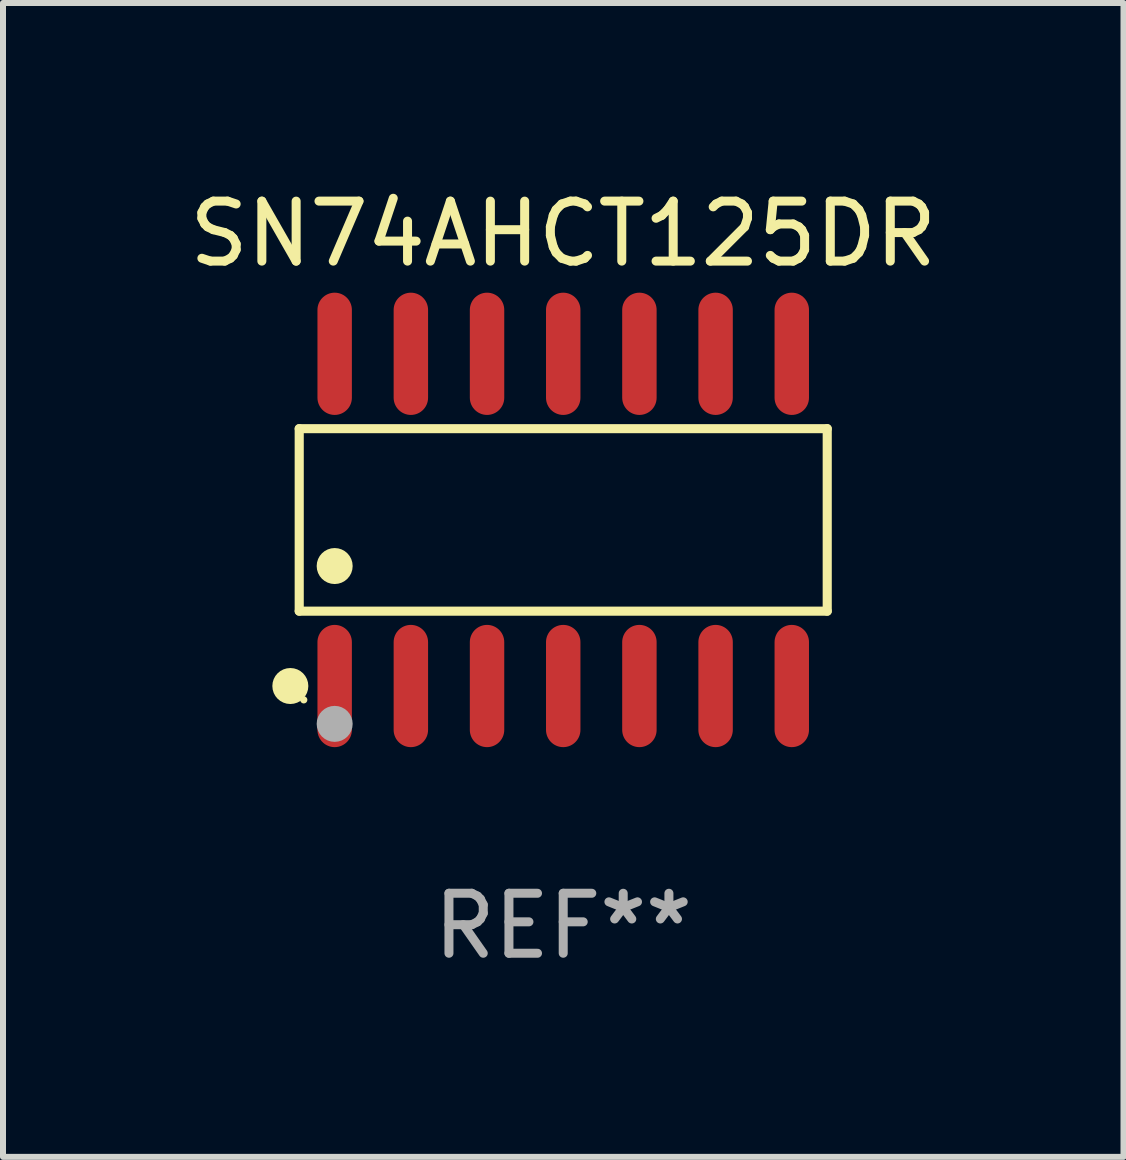
<source format=kicad_pcb>
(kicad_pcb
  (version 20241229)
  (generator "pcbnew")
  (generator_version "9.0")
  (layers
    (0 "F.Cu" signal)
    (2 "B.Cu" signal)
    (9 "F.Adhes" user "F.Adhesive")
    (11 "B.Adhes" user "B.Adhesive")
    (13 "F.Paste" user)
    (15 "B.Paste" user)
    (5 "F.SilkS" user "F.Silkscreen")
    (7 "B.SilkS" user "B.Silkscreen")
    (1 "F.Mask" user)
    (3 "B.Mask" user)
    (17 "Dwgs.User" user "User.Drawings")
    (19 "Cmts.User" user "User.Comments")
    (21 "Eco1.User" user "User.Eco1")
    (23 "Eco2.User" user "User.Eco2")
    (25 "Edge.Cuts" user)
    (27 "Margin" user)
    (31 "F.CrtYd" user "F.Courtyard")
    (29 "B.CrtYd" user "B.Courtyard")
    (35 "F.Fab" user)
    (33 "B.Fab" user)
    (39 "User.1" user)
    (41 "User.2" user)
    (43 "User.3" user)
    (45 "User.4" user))
  (footprint "SN74AHCT125DR"
    (layer "F.Cu")
    (at 6.339 5.617)
    (property "Reference" "SN74AHCT125DR" (at 0 -4.769 0) (layer "F.SilkS") (effects (font (size 1 1) (thickness 0.15))))
    (attr through_hole)
    (fp_line (start -4.401 -1.521) (end 4.401 -1.521) (stroke (width 0.152) (type solid)) (layer "F.SilkS"))
    (fp_line (start -4.401 1.521) (end -4.401 -1.521) (stroke (width 0.152) (type solid)) (layer "F.SilkS"))
    (fp_line (start 4.401 -1.521) (end 4.401 1.521) (stroke (width 0.152) (type solid)) (layer "F.SilkS"))
    (fp_line (start 4.401 1.521) (end -4.401 1.521) (stroke (width 0.152) (type solid)) (layer "F.SilkS"))
    (fp_circle (center -4.549 2.769) (end -4.399 2.769) (stroke (width 0.3) (type solid)) (fill no) (layer "F.SilkS"))
    (fp_circle (center -4.325 3) (end -4.295 3) (stroke (width 0.06) (type solid)) (fill no) (layer "F.SilkS"))
    (fp_circle (center -3.81 0.769) (end -3.66 0.769) (stroke (width 0.3) (type solid)) (fill no) (layer "F.SilkS"))
    (fp_circle (center -3.81 3.4) (end -3.66 3.4) (stroke (width 0.3) (type solid)) (fill no) (layer "F.Fab"))
    (fp_text user "REF**" (at 0 6.769 0) (layer "F.Fab") (effects (font (size 1 1) (thickness 0.15))))
    (pad "1" smd oval (at -3.81 2.769) (size 0.574 2.038) (layers "F.Cu" "F.Mask" "F.Paste"))
    (pad "2" smd oval (at -2.54 2.769) (size 0.574 2.038) (layers "F.Cu" "F.Mask" "F.Paste"))
    (pad "3" smd oval (at -1.27 2.769) (size 0.574 2.038) (layers "F.Cu" "F.Mask" "F.Paste"))
    (pad "4" smd oval (at 0 2.769) (size 0.574 2.038) (layers "F.Cu" "F.Mask" "F.Paste"))
    (pad "5" smd oval (at 1.27 2.769) (size 0.574 2.038) (layers "F.Cu" "F.Mask" "F.Paste"))
    (pad "6" smd oval (at 2.54 2.769) (size 0.574 2.038) (layers "F.Cu" "F.Mask" "F.Paste"))
    (pad "7" smd oval (at 3.81 2.769) (size 0.574 2.038) (layers "F.Cu" "F.Mask" "F.Paste"))
    (pad "8" smd oval (at 3.81 -2.769) (size 0.574 2.038) (layers "F.Cu" "F.Mask" "F.Paste"))
    (pad "9" smd oval (at 2.54 -2.769) (size 0.574 2.038) (layers "F.Cu" "F.Mask" "F.Paste"))
    (pad "10" smd oval (at 1.27 -2.769) (size 0.574 2.038) (layers "F.Cu" "F.Mask" "F.Paste"))
    (pad "11" smd oval (at 0 -2.769) (size 0.574 2.038) (layers "F.Cu" "F.Mask" "F.Paste"))
    (pad "12" smd oval (at -1.27 -2.769) (size 0.574 2.038) (layers "F.Cu" "F.Mask" "F.Paste"))
    (pad "13" smd oval (at -2.54 -2.769) (size 0.574 2.038) (layers "F.Cu" "F.Mask" "F.Paste"))
    (pad "14" smd oval (at -3.81 -2.769) (size 0.574 2.038) (layers "F.Cu" "F.Mask" "F.Paste")))
  (gr_rect
    (start -3 -3)
    (end 15.679 16.235)
    (stroke (width 0.1) (type default))
    (fill no)
    (layer "Edge.Cuts")))
</source>
